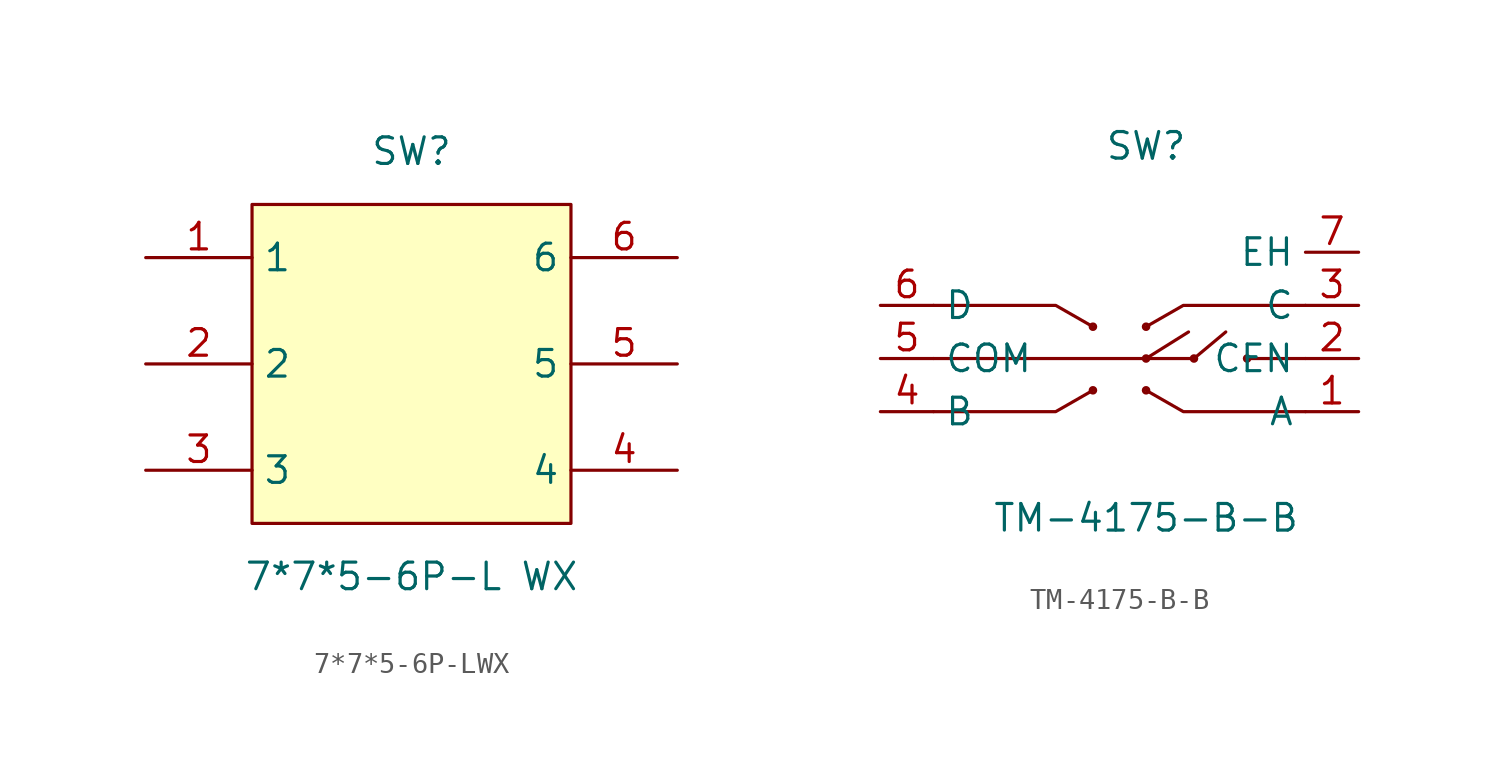
<source format=kicad_sym>
(kicad_symbol_lib
  (version 20211014)
  (generator https://github.com/uPesy/easyeda2kicad.py)
  (symbol "7*7*5-6P-LWX"
    (property "Reference" "SW"
      (at 0 10.16 0)
      (effects (font (size 1.27 1.27))))
    (property "Value" "7*7*5-6P-L WX"
      (at 0 -10.16 0)
      (effects (font (size 1.27 1.27))))
    (symbol "7*7*5-6P-LWX_0_1"
      (rectangle (start -7.62 7.62) (end 7.62 -7.62) (stroke (width 0) (type default) (color 0 0 0 0)) (fill (type background)))
      (pin unspecified line (at -12.70 5.08 0) (length 5.08) (name "1" (effects (font (size 1.27 1.27)))) (number "1" (effects (font (size 1.27 1.27)))))
      (pin unspecified line (at -12.70 -0.00 0) (length 5.08) (name "2" (effects (font (size 1.27 1.27)))) (number "2" (effects (font (size 1.27 1.27)))))
      (pin unspecified line (at -12.70 -5.08 0) (length 5.08) (name "3" (effects (font (size 1.27 1.27)))) (number "3" (effects (font (size 1.27 1.27)))))
      (pin unspecified line (at 12.70 -5.08 180) (length 5.08) (name "4" (effects (font (size 1.27 1.27)))) (number "4" (effects (font (size 1.27 1.27)))))
      (pin unspecified line (at 12.70 -0.00 180) (length 5.08) (name "5" (effects (font (size 1.27 1.27)))) (number "5" (effects (font (size 1.27 1.27)))))
      (pin unspecified line (at 12.70 5.08 180) (length 5.08) (name "6" (effects (font (size 1.27 1.27)))) (number "6" (effects (font (size 1.27 1.27)))))))
  (symbol "TM-4175-B-B"
    (property "Reference" "SW"
      (at 0 8.89 0)
      (effects (font (size 1.27 1.27))))
    (property "Value" "TM-4175-B-B"
      (at 0 -8.89 0)
      (effects (font (size 1.27 1.27))))
    (symbol "TM-4175-B-B_0_1"
      (circle (center -2.54 0.25) (radius 0.13) (stroke (width 0) (type default) (color 0 0 0 0)) (fill (type none)))
      (circle (center -2.54 -2.79) (radius 0.13) (stroke (width 0) (type default) (color 0 0 0 0)) (fill (type none)))
      (circle (center 0.00 0.25) (radius 0.13) (stroke (width 0) (type default) (color 0 0 0 0)) (fill (type none)))
      (circle (center 0.00 -2.79) (radius 0.13) (stroke (width 0) (type default) (color 0 0 0 0)) (fill (type none)))
      (circle (center 0.00 -1.27) (radius 0.13) (stroke (width 0) (type default) (color 0 0 0 0)) (fill (type none)))
      (circle (center 2.29 -1.27) (radius 0.13) (stroke (width 0) (type default) (color 0 0 0 0)) (fill (type none)))
      (circle (center 4.83 -1.27) (radius 0.13) (stroke (width 0) (type default) (color 0 0 0 0)) (fill (type none)))
      (polyline (pts (xy -10.16 1.27) (xy -4.32 1.27) (xy -2.54 0.25)) (stroke (width 0) (type default) (color 0 0 0 0)) (fill (type none)))
      (polyline (pts (xy -10.16 -3.81) (xy -4.32 -3.81) (xy -2.54 -2.79)) (stroke (width 0) (type default) (color 0 0 0 0)) (fill (type none)))
      (polyline (pts (xy 7.62 -3.81) (xy 1.78 -3.81) (xy 0.00 -2.79)) (stroke (width 0) (type default) (color 0 0 0 0)) (fill (type none)))
      (polyline (pts (xy 7.62 1.27) (xy 1.78 1.27) (xy 0.00 0.25)) (stroke (width 0) (type default) (color 0 0 0 0)) (fill (type none)))
      (polyline (pts (xy 0.00 -1.27) (xy 2.03 -0.00)) (stroke (width 0) (type default) (color 0 0 0 0)) (fill (type none)))
      (polyline (pts (xy 0.00 -1.27) (xy 2.29 -1.27)) (stroke (width 0) (type default) (color 0 0 0 0)) (fill (type none)))
      (polyline (pts (xy 2.29 -1.27) (xy 3.81 -0.00)) (stroke (width 0) (type default) (color 0 0 0 0)) (fill (type none)))
      (polyline (pts (xy 7.62 -1.27) (xy 4.83 -1.27)) (stroke (width 0) (type default) (color 0 0 0 0)) (fill (type none)))
      (polyline (pts (xy -10.16 -1.27) (xy 0.00 -1.27)) (stroke (width 0) (type default) (color 0 0 0 0)) (fill (type none)))
      (pin unspecified line (at 10.16 -3.81 180) (length 2.54) (name "A" (effects (font (size 1.27 1.27)))) (number "1" (effects (font (size 1.27 1.27)))))
      (pin unspecified line (at 10.16 -1.27 180) (length 2.54) (name "CEN" (effects (font (size 1.27 1.27)))) (number "2" (effects (font (size 1.27 1.27)))))
      (pin unspecified line (at 10.16 1.27 180) (length 2.54) (name "C" (effects (font (size 1.27 1.27)))) (number "3" (effects (font (size 1.27 1.27)))))
      (pin unspecified line (at -12.70 -3.81 0) (length 2.54) (name "B" (effects (font (size 1.27 1.27)))) (number "4" (effects (font (size 1.27 1.27)))))
      (pin unspecified line (at -12.70 -1.27 0) (length 2.54) (name "COM" (effects (font (size 1.27 1.27)))) (number "5" (effects (font (size 1.27 1.27)))))
      (pin unspecified line (at -12.70 1.27 0) (length 2.54) (name "D" (effects (font (size 1.27 1.27)))) (number "6" (effects (font (size 1.27 1.27)))))
      (pin unspecified line (at 10.16 3.81 180) (length 2.54) (name "EH" (effects (font (size 1.27 1.27)))) (number "7" (effects (font (size 1.27 1.27))))))))
</source>
